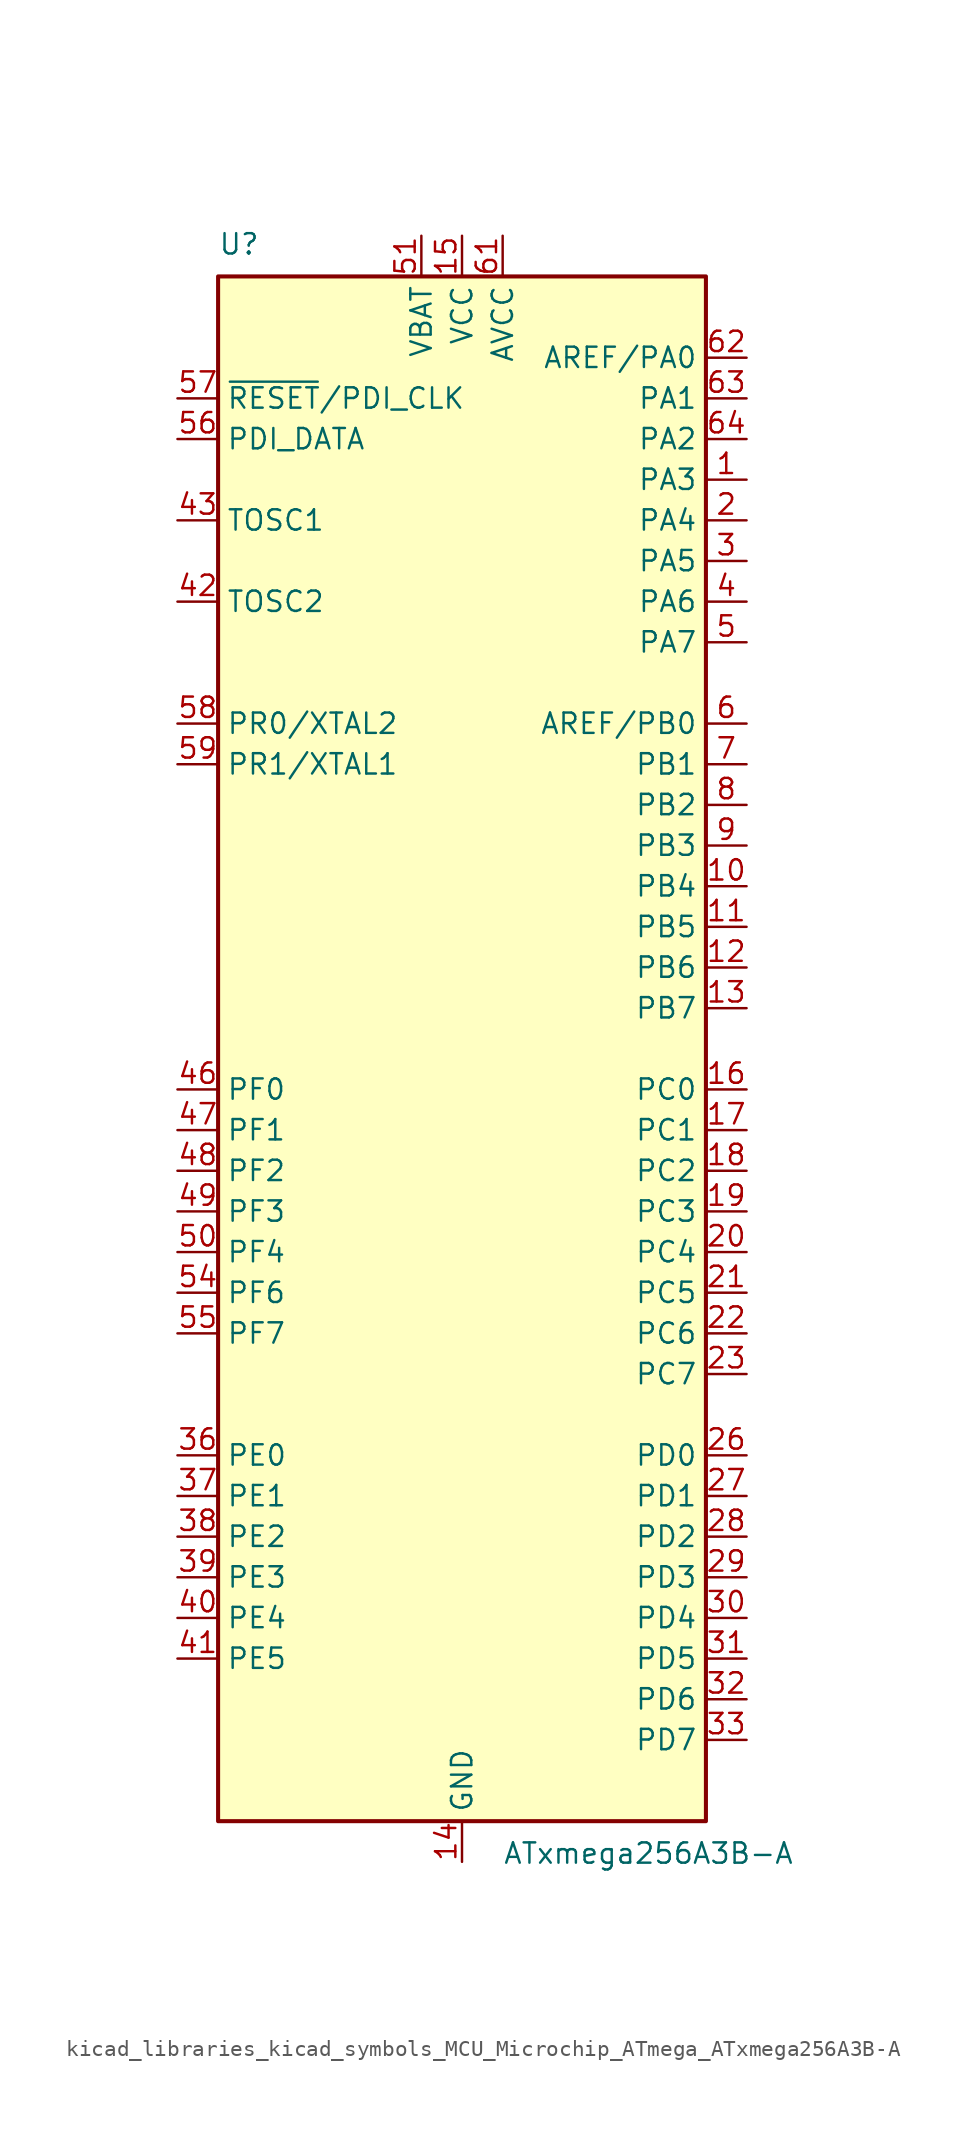
<source format=kicad_sym>
(kicad_symbol_lib
  (version 20220914)
  (generator kicad_symbol_editor)
  (symbol "kicad_libraries_kicad_symbols_MCU_Microchip_ATmega_ATxmega256A3B-A"
    (property "Reference" "U"
      (at -15.24 49.53 0)
      (effects (font (size 1.27 1.27)) (justify left bottom)))
    (property "Value" "ATxmega256A3B-A"
      (at 2.54 -49.53 0)
      (effects (font (size 1.27 1.27)) (justify left top)))
    (symbol "kicad_libraries_kicad_symbols_MCU_Microchip_ATmega_ATxmega256A3B-A_0_1"
      (rectangle (start -15.24 -48.26) (end 15.24 48.26) (stroke (width 0.254) (type default)) (fill (type background))))
    (symbol "kicad_libraries_kicad_symbols_MCU_Microchip_ATmega_ATxmega256A3B-A_1_1"
      (pin bidirectional line (at 17.78 35.56 180) (length 2.54) (name "PA3" (effects (font (size 1.27 1.27)))) (number "1" (effects (font (size 1.27 1.27)))))
      (pin bidirectional line (at 17.78 10.16 180) (length 2.54) (name "PB4" (effects (font (size 1.27 1.27)))) (number "10" (effects (font (size 1.27 1.27)))))
      (pin bidirectional line (at 17.78 7.62 180) (length 2.54) (name "PB5" (effects (font (size 1.27 1.27)))) (number "11" (effects (font (size 1.27 1.27)))))
      (pin bidirectional line (at 17.78 5.08 180) (length 2.54) (name "PB6" (effects (font (size 1.27 1.27)))) (number "12" (effects (font (size 1.27 1.27)))))
      (pin bidirectional line (at 17.78 2.54 180) (length 2.54) (name "PB7" (effects (font (size 1.27 1.27)))) (number "13" (effects (font (size 1.27 1.27)))))
      (pin power_in line (at 0 -50.8 90) (length 2.54) (name "GND" (effects (font (size 1.27 1.27)))) (number "14" (effects (font (size 1.27 1.27)))))
      (pin power_in line (at 0 50.8 270) (length 2.54) (name "VCC" (effects (font (size 1.27 1.27)))) (number "15" (effects (font (size 1.27 1.27)))))
      (pin bidirectional line (at 17.78 -2.54 180) (length 2.54) (name "PC0" (effects (font (size 1.27 1.27)))) (number "16" (effects (font (size 1.27 1.27)))))
      (pin bidirectional line (at 17.78 -5.08 180) (length 2.54) (name "PC1" (effects (font (size 1.27 1.27)))) (number "17" (effects (font (size 1.27 1.27)))))
      (pin bidirectional line (at 17.78 -7.62 180) (length 2.54) (name "PC2" (effects (font (size 1.27 1.27)))) (number "18" (effects (font (size 1.27 1.27)))))
      (pin bidirectional line (at 17.78 -10.16 180) (length 2.54) (name "PC3" (effects (font (size 1.27 1.27)))) (number "19" (effects (font (size 1.27 1.27)))))
      (pin bidirectional line (at 17.78 33.02 180) (length 2.54) (name "PA4" (effects (font (size 1.27 1.27)))) (number "2" (effects (font (size 1.27 1.27)))))
      (pin bidirectional line (at 17.78 -12.7 180) (length 2.54) (name "PC4" (effects (font (size 1.27 1.27)))) (number "20" (effects (font (size 1.27 1.27)))))
      (pin bidirectional line (at 17.78 -15.24 180) (length 2.54) (name "PC5" (effects (font (size 1.27 1.27)))) (number "21" (effects (font (size 1.27 1.27)))))
      (pin bidirectional line (at 17.78 -17.78 180) (length 2.54) (name "PC6" (effects (font (size 1.27 1.27)))) (number "22" (effects (font (size 1.27 1.27)))))
      (pin bidirectional line (at 17.78 -20.32 180) (length 2.54) (name "PC7" (effects (font (size 1.27 1.27)))) (number "23" (effects (font (size 1.27 1.27)))))
      (pin passive line (at 0 -50.8 90) (length 2.54) hide (name "GND" (effects (font (size 1.27 1.27)))) (number "24" (effects (font (size 1.27 1.27)))))
      (pin passive line (at 0 50.8 270) (length 2.54) hide (name "VCC" (effects (font (size 1.27 1.27)))) (number "25" (effects (font (size 1.27 1.27)))))
      (pin bidirectional line (at 17.78 -25.4 180) (length 2.54) (name "PD0" (effects (font (size 1.27 1.27)))) (number "26" (effects (font (size 1.27 1.27)))))
      (pin bidirectional line (at 17.78 -27.94 180) (length 2.54) (name "PD1" (effects (font (size 1.27 1.27)))) (number "27" (effects (font (size 1.27 1.27)))))
      (pin bidirectional line (at 17.78 -30.48 180) (length 2.54) (name "PD2" (effects (font (size 1.27 1.27)))) (number "28" (effects (font (size 1.27 1.27)))))
      (pin bidirectional line (at 17.78 -33.02 180) (length 2.54) (name "PD3" (effects (font (size 1.27 1.27)))) (number "29" (effects (font (size 1.27 1.27)))))
      (pin bidirectional line (at 17.78 30.48 180) (length 2.54) (name "PA5" (effects (font (size 1.27 1.27)))) (number "3" (effects (font (size 1.27 1.27)))))
      (pin bidirectional line (at 17.78 -35.56 180) (length 2.54) (name "PD4" (effects (font (size 1.27 1.27)))) (number "30" (effects (font (size 1.27 1.27)))))
      (pin bidirectional line (at 17.78 -38.1 180) (length 2.54) (name "PD5" (effects (font (size 1.27 1.27)))) (number "31" (effects (font (size 1.27 1.27)))))
      (pin bidirectional line (at 17.78 -40.64 180) (length 2.54) (name "PD6" (effects (font (size 1.27 1.27)))) (number "32" (effects (font (size 1.27 1.27)))))
      (pin bidirectional line (at 17.78 -43.18 180) (length 2.54) (name "PD7" (effects (font (size 1.27 1.27)))) (number "33" (effects (font (size 1.27 1.27)))))
      (pin passive line (at 0 -50.8 90) (length 2.54) hide (name "GND" (effects (font (size 1.27 1.27)))) (number "34" (effects (font (size 1.27 1.27)))))
      (pin passive line (at 0 50.8 270) (length 2.54) hide (name "VCC" (effects (font (size 1.27 1.27)))) (number "35" (effects (font (size 1.27 1.27)))))
      (pin bidirectional line (at -17.78 -25.4 0) (length 2.54) (name "PE0" (effects (font (size 1.27 1.27)))) (number "36" (effects (font (size 1.27 1.27)))))
      (pin bidirectional line (at -17.78 -27.94 0) (length 2.54) (name "PE1" (effects (font (size 1.27 1.27)))) (number "37" (effects (font (size 1.27 1.27)))))
      (pin bidirectional line (at -17.78 -30.48 0) (length 2.54) (name "PE2" (effects (font (size 1.27 1.27)))) (number "38" (effects (font (size 1.27 1.27)))))
      (pin bidirectional line (at -17.78 -33.02 0) (length 2.54) (name "PE3" (effects (font (size 1.27 1.27)))) (number "39" (effects (font (size 1.27 1.27)))))
      (pin bidirectional line (at 17.78 27.94 180) (length 2.54) (name "PA6" (effects (font (size 1.27 1.27)))) (number "4" (effects (font (size 1.27 1.27)))))
      (pin bidirectional line (at -17.78 -35.56 0) (length 2.54) (name "PE4" (effects (font (size 1.27 1.27)))) (number "40" (effects (font (size 1.27 1.27)))))
      (pin bidirectional line (at -17.78 -38.1 0) (length 2.54) (name "PE5" (effects (font (size 1.27 1.27)))) (number "41" (effects (font (size 1.27 1.27)))))
      (pin passive line (at -17.78 27.94 0) (length 2.54) (name "TOSC2" (effects (font (size 1.27 1.27)))) (number "42" (effects (font (size 1.27 1.27)))))
      (pin input line (at -17.78 33.02 0) (length 2.54) (name "TOSC1" (effects (font (size 1.27 1.27)))) (number "43" (effects (font (size 1.27 1.27)))))
      (pin passive line (at 0 -50.8 90) (length 2.54) hide (name "GND" (effects (font (size 1.27 1.27)))) (number "44" (effects (font (size 1.27 1.27)))))
      (pin passive line (at 0 50.8 270) (length 2.54) hide (name "VCC" (effects (font (size 1.27 1.27)))) (number "45" (effects (font (size 1.27 1.27)))))
      (pin bidirectional line (at -17.78 -2.54 0) (length 2.54) (name "PF0" (effects (font (size 1.27 1.27)))) (number "46" (effects (font (size 1.27 1.27)))))
      (pin bidirectional line (at -17.78 -5.08 0) (length 2.54) (name "PF1" (effects (font (size 1.27 1.27)))) (number "47" (effects (font (size 1.27 1.27)))))
      (pin bidirectional line (at -17.78 -7.62 0) (length 2.54) (name "PF2" (effects (font (size 1.27 1.27)))) (number "48" (effects (font (size 1.27 1.27)))))
      (pin bidirectional line (at -17.78 -10.16 0) (length 2.54) (name "PF3" (effects (font (size 1.27 1.27)))) (number "49" (effects (font (size 1.27 1.27)))))
      (pin bidirectional line (at 17.78 25.4 180) (length 2.54) (name "PA7" (effects (font (size 1.27 1.27)))) (number "5" (effects (font (size 1.27 1.27)))))
      (pin bidirectional line (at -17.78 -12.7 0) (length 2.54) (name "PF4" (effects (font (size 1.27 1.27)))) (number "50" (effects (font (size 1.27 1.27)))))
      (pin power_in line (at -2.54 50.8 270) (length 2.54) (name "VBAT" (effects (font (size 1.27 1.27)))) (number "51" (effects (font (size 1.27 1.27)))))
      (pin passive line (at 0 -50.8 90) (length 2.54) hide (name "GND" (effects (font (size 1.27 1.27)))) (number "52" (effects (font (size 1.27 1.27)))))
      (pin passive line (at 0 50.8 270) (length 2.54) hide (name "VCC" (effects (font (size 1.27 1.27)))) (number "53" (effects (font (size 1.27 1.27)))))
      (pin bidirectional line (at -17.78 -15.24 0) (length 2.54) (name "PF6" (effects (font (size 1.27 1.27)))) (number "54" (effects (font (size 1.27 1.27)))))
      (pin bidirectional line (at -17.78 -17.78 0) (length 2.54) (name "PF7" (effects (font (size 1.27 1.27)))) (number "55" (effects (font (size 1.27 1.27)))))
      (pin bidirectional line (at -17.78 38.1 0) (length 2.54) (name "PDI_DATA" (effects (font (size 1.27 1.27)))) (number "56" (effects (font (size 1.27 1.27)))))
      (pin input line (at -17.78 40.64 0) (length 2.54) (name "~{RESET}/PDI_CLK" (effects (font (size 1.27 1.27)))) (number "57" (effects (font (size 1.27 1.27)))))
      (pin bidirectional line (at -17.78 20.32 0) (length 2.54) (name "PR0/XTAL2" (effects (font (size 1.27 1.27)))) (number "58" (effects (font (size 1.27 1.27)))))
      (pin bidirectional line (at -17.78 17.78 0) (length 2.54) (name "PR1/XTAL1" (effects (font (size 1.27 1.27)))) (number "59" (effects (font (size 1.27 1.27)))))
      (pin bidirectional line (at 17.78 20.32 180) (length 2.54) (name "AREF/PB0" (effects (font (size 1.27 1.27)))) (number "6" (effects (font (size 1.27 1.27)))))
      (pin passive line (at 0 -50.8 90) (length 2.54) hide (name "GND" (effects (font (size 1.27 1.27)))) (number "60" (effects (font (size 1.27 1.27)))))
      (pin power_in line (at 2.54 50.8 270) (length 2.54) (name "AVCC" (effects (font (size 1.27 1.27)))) (number "61" (effects (font (size 1.27 1.27)))))
      (pin bidirectional line (at 17.78 43.18 180) (length 2.54) (name "AREF/PA0" (effects (font (size 1.27 1.27)))) (number "62" (effects (font (size 1.27 1.27)))))
      (pin bidirectional line (at 17.78 40.64 180) (length 2.54) (name "PA1" (effects (font (size 1.27 1.27)))) (number "63" (effects (font (size 1.27 1.27)))))
      (pin bidirectional line (at 17.78 38.1 180) (length 2.54) (name "PA2" (effects (font (size 1.27 1.27)))) (number "64" (effects (font (size 1.27 1.27)))))
      (pin bidirectional line (at 17.78 17.78 180) (length 2.54) (name "PB1" (effects (font (size 1.27 1.27)))) (number "7" (effects (font (size 1.27 1.27)))))
      (pin bidirectional line (at 17.78 15.24 180) (length 2.54) (name "PB2" (effects (font (size 1.27 1.27)))) (number "8" (effects (font (size 1.27 1.27)))))
      (pin bidirectional line (at 17.78 12.7 180) (length 2.54) (name "PB3" (effects (font (size 1.27 1.27)))) (number "9" (effects (font (size 1.27 1.27))))))))
</source>
